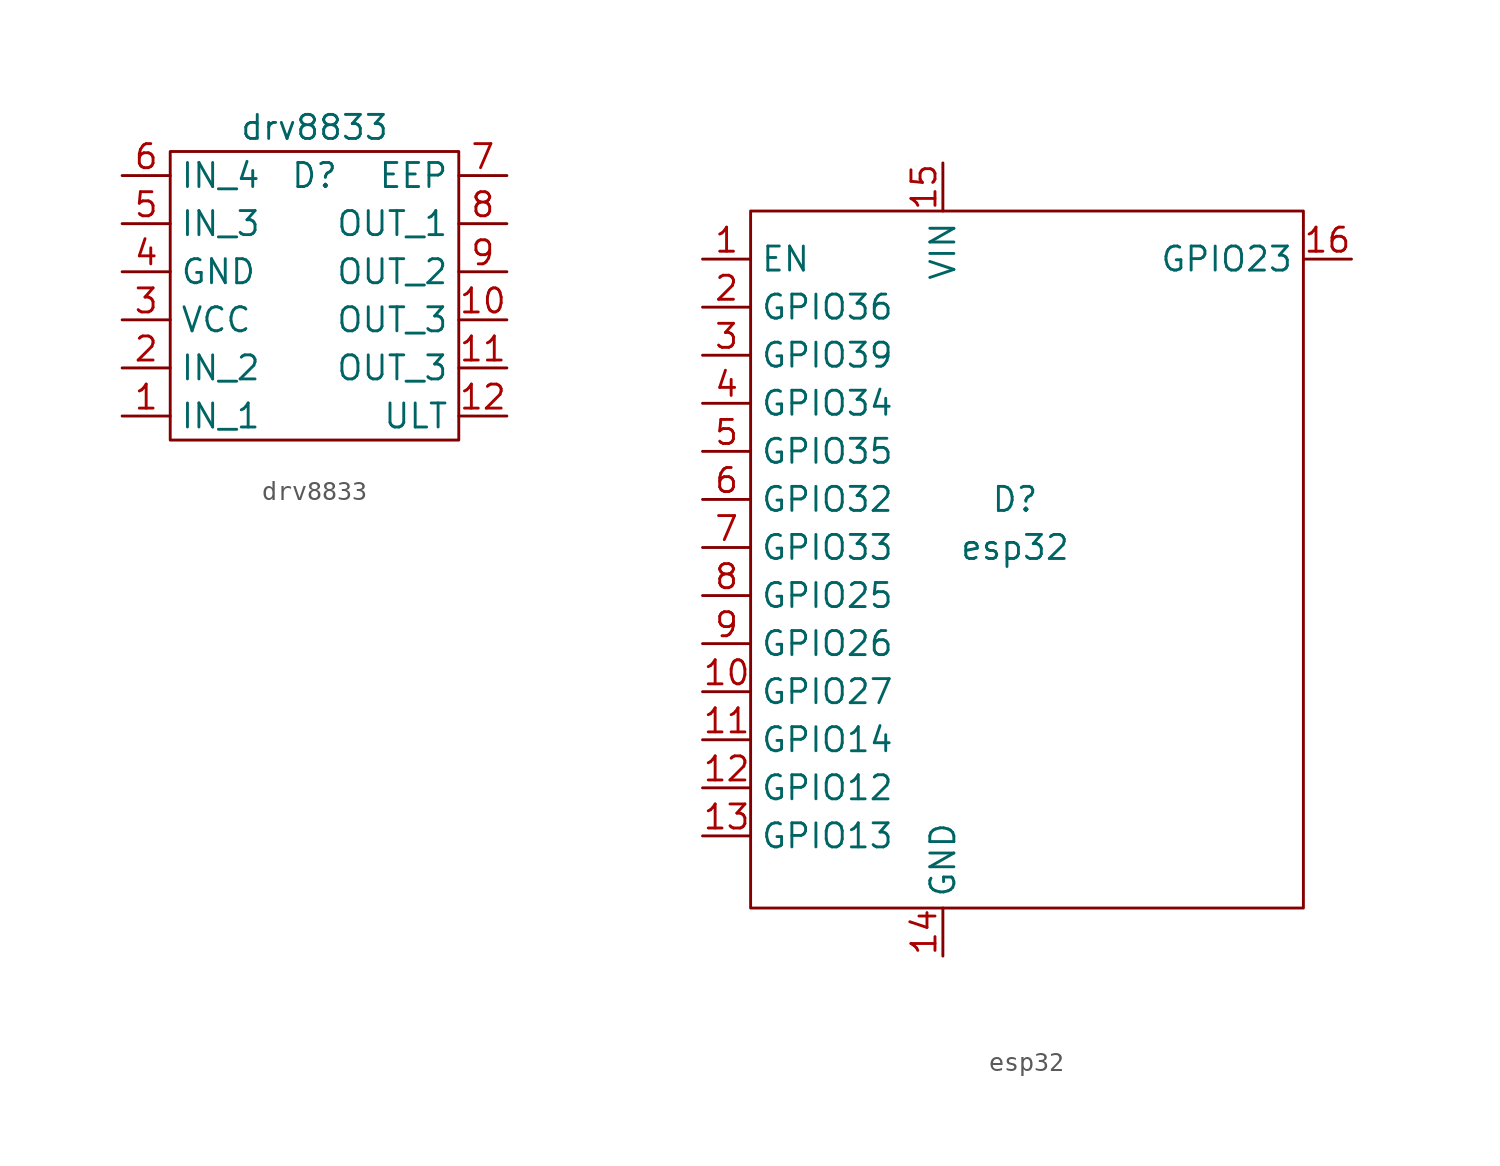
<source format=kicad_sym>
(kicad_symbol_lib
  (version 20211014)
  (generator kicad_symbol_editor)
  (symbol "drv8833"
    (property "Reference" "D"
      (at 7.62 17.78 0)
      (effects (font (size 1.27 1.27))))
    (property "Value" "drv8833"
      (at 7.62 20.32 0)
      (effects (font (size 1.27 1.27))))
    (symbol "drv8833_0_1"
      (rectangle (start 0 3.81) (end 15.24 19.05) (stroke (width 0) (type default) (color 0 0 0 0)) (fill (type none))))
    (symbol "drv8833_1_1"
      (pin input line (at -2.54 5.08 0) (length 2.54) (name "IN_1" (effects (font (size 1.27 1.27)))) (number "1" (effects (font (size 1.27 1.27)))))
      (pin input line (at 17.78 10.16 180) (length 2.54) (name "OUT_3" (effects (font (size 1.27 1.27)))) (number "10" (effects (font (size 1.27 1.27)))))
      (pin input line (at 17.78 7.62 180) (length 2.54) (name "OUT_3" (effects (font (size 1.27 1.27)))) (number "11" (effects (font (size 1.27 1.27)))))
      (pin input line (at 17.78 5.08 180) (length 2.54) (name "ULT" (effects (font (size 1.27 1.27)))) (number "12" (effects (font (size 1.27 1.27)))))
      (pin input line (at -2.54 7.62 0) (length 2.54) (name "IN_2" (effects (font (size 1.27 1.27)))) (number "2" (effects (font (size 1.27 1.27)))))
      (pin input line (at -2.54 10.16 0) (length 2.54) (name "VCC" (effects (font (size 1.27 1.27)))) (number "3" (effects (font (size 1.27 1.27)))))
      (pin input line (at -2.54 12.7 0) (length 2.54) (name "GND" (effects (font (size 1.27 1.27)))) (number "4" (effects (font (size 1.27 1.27)))))
      (pin input line (at -2.54 15.24 0) (length 2.54) (name "IN_3" (effects (font (size 1.27 1.27)))) (number "5" (effects (font (size 1.27 1.27)))))
      (pin input line (at -2.54 17.78 0) (length 2.54) (name "IN_4" (effects (font (size 1.27 1.27)))) (number "6" (effects (font (size 1.27 1.27)))))
      (pin input line (at 17.78 17.78 180) (length 2.54) (name "EEP" (effects (font (size 1.27 1.27)))) (number "7" (effects (font (size 1.27 1.27)))))
      (pin input line (at 17.78 15.24 180) (length 2.54) (name "OUT_1" (effects (font (size 1.27 1.27)))) (number "8" (effects (font (size 1.27 1.27)))))
      (pin input line (at 17.78 12.7 180) (length 2.54) (name "OUT_2" (effects (font (size 1.27 1.27)))) (number "9" (effects (font (size 1.27 1.27)))))))
  (symbol "esp32"
    (property "Reference" "D"
      (at 13.97 -15.24 0)
      (effects (font (size 1.27 1.27))))
    (property "Value" "esp32"
      (at 13.97 -17.78 0)
      (effects (font (size 1.27 1.27))))
    (symbol "esp32_0_1"
      (rectangle (start 0 0) (end 29.21 -36.83) (stroke (width 0) (type default) (color 0 0 0 0)) (fill (type none))))
    (symbol "esp32_1_1"
      (pin input line (at -2.54 -2.54 0) (length 2.54) (name "EN" (effects (font (size 1.27 1.27)))) (number "1" (effects (font (size 1.27 1.27)))))
      (pin input line (at -2.54 -25.4 0) (length 2.54) (name "GPIO27" (effects (font (size 1.27 1.27)))) (number "10" (effects (font (size 1.27 1.27)))))
      (pin input line (at -2.54 -27.94 0) (length 2.54) (name "GPIO14" (effects (font (size 1.27 1.27)))) (number "11" (effects (font (size 1.27 1.27)))))
      (pin input line (at -2.54 -30.48 0) (length 2.54) (name "GPIO12" (effects (font (size 1.27 1.27)))) (number "12" (effects (font (size 1.27 1.27)))))
      (pin input line (at -2.54 -33.02 0) (length 2.54) (name "GPIO13" (effects (font (size 1.27 1.27)))) (number "13" (effects (font (size 1.27 1.27)))))
      (pin input line (at 10.16 -39.37 90) (length 2.54) (name "GND" (effects (font (size 1.27 1.27)))) (number "14" (effects (font (size 1.27 1.27)))))
      (pin input line (at 10.16 2.54 270) (length 2.54) (name "VIN" (effects (font (size 1.27 1.27)))) (number "15" (effects (font (size 1.27 1.27)))))
      (pin input line (at 31.75 -2.54 180) (length 2.54) (name "GPIO23" (effects (font (size 1.27 1.27)))) (number "16" (effects (font (size 1.27 1.27)))))
      (pin input line (at -2.54 -5.08 0) (length 2.54) (name "GPIO36" (effects (font (size 1.27 1.27)))) (number "2" (effects (font (size 1.27 1.27)))))
      (pin input line (at -2.54 -7.62 0) (length 2.54) (name "GPIO39" (effects (font (size 1.27 1.27)))) (number "3" (effects (font (size 1.27 1.27)))))
      (pin input line (at -2.54 -10.16 0) (length 2.54) (name "GPIO34" (effects (font (size 1.27 1.27)))) (number "4" (effects (font (size 1.27 1.27)))))
      (pin input line (at -2.54 -12.7 0) (length 2.54) (name "GPIO35" (effects (font (size 1.27 1.27)))) (number "5" (effects (font (size 1.27 1.27)))))
      (pin input line (at -2.54 -15.24 0) (length 2.54) (name "GPIO32" (effects (font (size 1.27 1.27)))) (number "6" (effects (font (size 1.27 1.27)))))
      (pin input line (at -2.54 -17.78 0) (length 2.54) (name "GPIO33" (effects (font (size 1.27 1.27)))) (number "7" (effects (font (size 1.27 1.27)))))
      (pin input line (at -2.54 -20.32 0) (length 2.54) (name "GPIO25" (effects (font (size 1.27 1.27)))) (number "8" (effects (font (size 1.27 1.27)))))
      (pin input line (at -2.54 -22.86 0) (length 2.54) (name "GPIO26" (effects (font (size 1.27 1.27)))) (number "9" (effects (font (size 1.27 1.27))))))))
</source>
